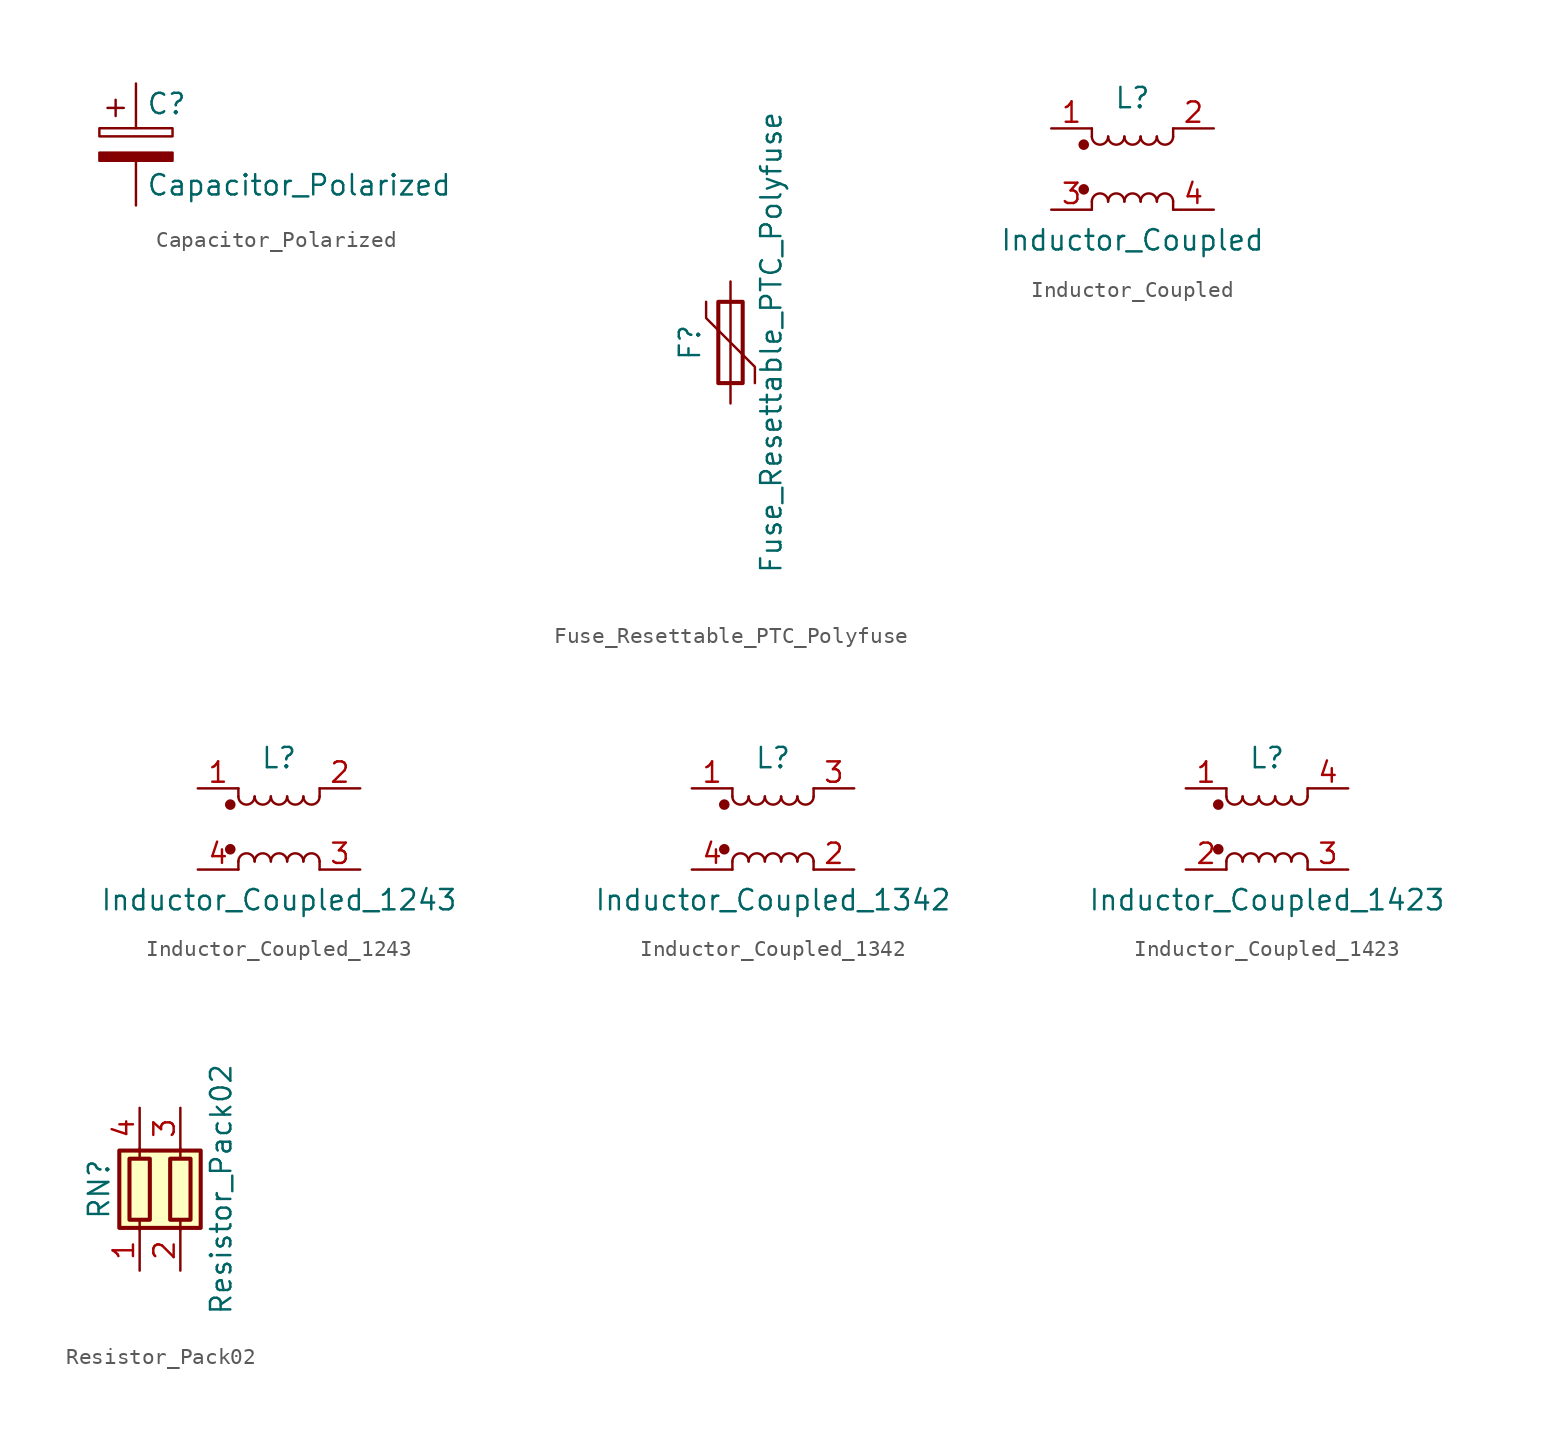
<source format=kicad_sym>
(kicad_symbol_lib
  (version 20211014)
  (generator kicad_symbol_editor)
  (symbol "Capacitor_Polarized"
    (pin_numbers hide)
    (pin_names
      (offset 0.254))
    (property "Reference" "C"
      (at 0.635 -1.27 0)
      (effects (font (size 1.27 1.27)) (justify left)))
    (property "Value" "Capacitor_Polarized"
      (at 0.635 -6.35 0)
      (effects (font (size 1.27 1.27)) (justify left)))
    (symbol "Capacitor_Polarized_0_1"
      (rectangle (start -2.286 -3.302) (end 2.286 -2.794) (stroke (width 0) (type default) (color 0 0 0 0)) (fill (type none)))
      (polyline (pts (xy -1.778 -1.524) (xy -0.762 -1.524)) (stroke (width 0) (type default) (color 0 0 0 0)) (fill (type none)))
      (polyline (pts (xy -1.27 -1.016) (xy -1.27 -2.032)) (stroke (width 0) (type default) (color 0 0 0 0)) (fill (type none)))
      (rectangle (start 2.286 -4.318) (end -2.286 -4.826) (stroke (width 0) (type default) (color 0 0 0 0)) (fill (type outline))))
    (symbol "Capacitor_Polarized_1_1"
      (pin passive line (at 0 0 270) (length 2.794) (name "~" (effects (font (size 1.27 1.27)))) (number "1" (effects (font (size 1.27 1.27)))))
      (pin passive line (at 0 -7.62 90) (length 2.794) (name "~" (effects (font (size 1.27 1.27)))) (number "2" (effects (font (size 1.27 1.27)))))))
  (symbol "Fuse_Resettable_PTC_Polyfuse"
    (pin_numbers hide)
    (pin_names
      (offset 0))
    (property "Reference" "F"
      (at -2.54 -3.81 90)
      (effects (font (size 1.27 1.27))))
    (property "Value" "Fuse_Resettable_PTC_Polyfuse"
      (at 2.54 -3.81 90)
      (effects (font (size 1.27 1.27))))
    (symbol "Fuse_Resettable_PTC_Polyfuse_0_1"
      (rectangle (start -0.762 -1.27) (end 0.762 -6.35) (stroke (width 0.254) (type default) (color 0 0 0 0)) (fill (type none)))
      (polyline (pts (xy 0 -1.27) (xy 0 -6.35)) (stroke (width 0) (type default) (color 0 0 0 0)) (fill (type none)))
      (polyline (pts (xy -1.524 -1.27) (xy -1.524 -2.286) (xy 1.524 -5.334) (xy 1.524 -6.35)) (stroke (width 0) (type default) (color 0 0 0 0)) (fill (type none))))
    (symbol "Fuse_Resettable_PTC_Polyfuse_1_1"
      (pin passive line (at 0 0 270) (length 1.27) (name "~" (effects (font (size 1.27 1.27)))) (number "1" (effects (font (size 1.27 1.27)))))
      (pin passive line (at 0 -7.62 90) (length 1.27) (name "~" (effects (font (size 1.27 1.27)))) (number "2" (effects (font (size 1.27 1.27)))))))
  (symbol "Inductor_Coupled"
    (pin_names
      (offset 0.254) hide)
    (property "Reference" "L"
      (at 0 4.445 0)
      (effects (font (size 1.27 1.27))))
    (property "Value" "Inductor_Coupled"
      (at 0 -4.445 0)
      (effects (font (size 1.27 1.27))))
    (symbol "Inductor_Coupled_0_1"
      (circle (center -3.048 -1.27) (radius 0.254) (stroke (width 0) (type default) (color 0 0 0 0)) (fill (type outline)))
      (circle (center -3.048 1.524) (radius 0.254) (stroke (width 0) (type default) (color 0 0 0 0)) (fill (type outline)))
      (arc (start -2.54 2.032) (mid -2.032 1.524) (end -1.524 2.032) (stroke (width 0) (type default) (color 0 0 0 0)) (fill (type none)))
      (arc (start -1.524 -2.032) (mid -2.032 -1.524) (end -2.54 -2.032) (stroke (width 0) (type default) (color 0 0 0 0)) (fill (type none)))
      (arc (start -1.524 2.032) (mid -1.016 1.524) (end -0.508 2.032) (stroke (width 0) (type default) (color 0 0 0 0)) (fill (type none)))
      (arc (start -0.508 -2.032) (mid -1.016 -1.524) (end -1.524 -2.032) (stroke (width 0) (type default) (color 0 0 0 0)) (fill (type none)))
      (arc (start -0.508 2.032) (mid 0 1.524) (end 0.508 2.032) (stroke (width 0) (type default) (color 0 0 0 0)) (fill (type none)))
      (polyline (pts (xy -2.54 -2.032) (xy -2.54 -2.54)) (stroke (width 0) (type default) (color 0 0 0 0)) (fill (type none)))
      (polyline (pts (xy -2.54 2.032) (xy -2.54 2.54)) (stroke (width 0) (type default) (color 0 0 0 0)) (fill (type none)))
      (polyline (pts (xy 2.54 -2.032) (xy 2.54 -2.54)) (stroke (width 0) (type default) (color 0 0 0 0)) (fill (type none)))
      (polyline (pts (xy 2.54 2.54) (xy 2.54 2.032)) (stroke (width 0) (type default) (color 0 0 0 0)) (fill (type none)))
      (arc (start 0.508 -2.032) (mid 0 -1.524) (end -0.508 -2.032) (stroke (width 0) (type default) (color 0 0 0 0)) (fill (type none)))
      (arc (start 0.508 2.032) (mid 1.016 1.524) (end 1.524 2.032) (stroke (width 0) (type default) (color 0 0 0 0)) (fill (type none)))
      (arc (start 1.524 -2.032) (mid 1.016 -1.524) (end 0.508 -2.032) (stroke (width 0) (type default) (color 0 0 0 0)) (fill (type none)))
      (arc (start 1.524 2.032) (mid 2.032 1.524) (end 2.54 2.032) (stroke (width 0) (type default) (color 0 0 0 0)) (fill (type none)))
      (arc (start 2.54 -2.032) (mid 2.032 -1.524) (end 1.524 -2.032) (stroke (width 0) (type default) (color 0 0 0 0)) (fill (type none))))
    (symbol "Inductor_Coupled_1_1"
      (pin passive line (at -5.08 2.54 0) (length 2.54) (name "1" (effects (font (size 1.27 1.27)))) (number "1" (effects (font (size 1.27 1.27)))))
      (pin passive line (at 5.08 2.54 180) (length 2.54) (name "2" (effects (font (size 1.27 1.27)))) (number "2" (effects (font (size 1.27 1.27)))))
      (pin passive line (at -5.08 -2.54 0) (length 2.54) (name "3" (effects (font (size 1.27 1.27)))) (number "3" (effects (font (size 1.27 1.27)))))
      (pin passive line (at 5.08 -2.54 180) (length 2.54) (name "4" (effects (font (size 1.27 1.27)))) (number "4" (effects (font (size 1.27 1.27)))))))
  (symbol "Inductor_Coupled_1243"
    (pin_names
      (offset 0.254) hide)
    (property "Reference" "L"
      (at 0 4.445 0)
      (effects (font (size 1.27 1.27))))
    (property "Value" "Inductor_Coupled_1243"
      (at 0 -4.445 0)
      (effects (font (size 1.27 1.27))))
    (symbol "Inductor_Coupled_1243_0_1"
      (circle (center -3.048 -1.27) (radius 0.254) (stroke (width 0) (type default) (color 0 0 0 0)) (fill (type outline)))
      (circle (center -3.048 1.524) (radius 0.254) (stroke (width 0) (type default) (color 0 0 0 0)) (fill (type outline)))
      (arc (start -2.54 2.032) (mid -2.032 1.524) (end -1.524 2.032) (stroke (width 0) (type default) (color 0 0 0 0)) (fill (type none)))
      (arc (start -1.524 -2.032) (mid -2.032 -1.524) (end -2.54 -2.032) (stroke (width 0) (type default) (color 0 0 0 0)) (fill (type none)))
      (arc (start -1.524 2.032) (mid -1.016 1.524) (end -0.508 2.032) (stroke (width 0) (type default) (color 0 0 0 0)) (fill (type none)))
      (arc (start -0.508 -2.032) (mid -1.016 -1.524) (end -1.524 -2.032) (stroke (width 0) (type default) (color 0 0 0 0)) (fill (type none)))
      (arc (start -0.508 2.032) (mid 0 1.524) (end 0.508 2.032) (stroke (width 0) (type default) (color 0 0 0 0)) (fill (type none)))
      (polyline (pts (xy -2.54 -2.032) (xy -2.54 -2.54)) (stroke (width 0) (type default) (color 0 0 0 0)) (fill (type none)))
      (polyline (pts (xy -2.54 2.032) (xy -2.54 2.54)) (stroke (width 0) (type default) (color 0 0 0 0)) (fill (type none)))
      (polyline (pts (xy 2.54 -2.032) (xy 2.54 -2.54)) (stroke (width 0) (type default) (color 0 0 0 0)) (fill (type none)))
      (polyline (pts (xy 2.54 2.54) (xy 2.54 2.032)) (stroke (width 0) (type default) (color 0 0 0 0)) (fill (type none)))
      (arc (start 0.508 -2.032) (mid 0 -1.524) (end -0.508 -2.032) (stroke (width 0) (type default) (color 0 0 0 0)) (fill (type none)))
      (arc (start 0.508 2.032) (mid 1.016 1.524) (end 1.524 2.032) (stroke (width 0) (type default) (color 0 0 0 0)) (fill (type none)))
      (arc (start 1.524 -2.032) (mid 1.016 -1.524) (end 0.508 -2.032) (stroke (width 0) (type default) (color 0 0 0 0)) (fill (type none)))
      (arc (start 1.524 2.032) (mid 2.032 1.524) (end 2.54 2.032) (stroke (width 0) (type default) (color 0 0 0 0)) (fill (type none)))
      (arc (start 2.54 -2.032) (mid 2.032 -1.524) (end 1.524 -2.032) (stroke (width 0) (type default) (color 0 0 0 0)) (fill (type none))))
    (symbol "Inductor_Coupled_1243_1_1"
      (pin passive line (at -5.08 2.54 0) (length 2.54) (name "1" (effects (font (size 1.27 1.27)))) (number "1" (effects (font (size 1.27 1.27)))))
      (pin passive line (at 5.08 2.54 180) (length 2.54) (name "2" (effects (font (size 1.27 1.27)))) (number "2" (effects (font (size 1.27 1.27)))))
      (pin passive line (at 5.08 -2.54 180) (length 2.54) (name "3" (effects (font (size 1.27 1.27)))) (number "3" (effects (font (size 1.27 1.27)))))
      (pin passive line (at -5.08 -2.54 0) (length 2.54) (name "4" (effects (font (size 1.27 1.27)))) (number "4" (effects (font (size 1.27 1.27)))))))
  (symbol "Inductor_Coupled_1342"
    (pin_names
      (offset 0.254) hide)
    (property "Reference" "L"
      (at 0 4.445 0)
      (effects (font (size 1.27 1.27))))
    (property "Value" "Inductor_Coupled_1342"
      (at 0 -4.445 0)
      (effects (font (size 1.27 1.27))))
    (symbol "Inductor_Coupled_1342_0_1"
      (circle (center -3.048 -1.27) (radius 0.254) (stroke (width 0) (type default) (color 0 0 0 0)) (fill (type outline)))
      (circle (center -3.048 1.524) (radius 0.254) (stroke (width 0) (type default) (color 0 0 0 0)) (fill (type outline)))
      (arc (start -2.54 2.032) (mid -2.032 1.524) (end -1.524 2.032) (stroke (width 0) (type default) (color 0 0 0 0)) (fill (type none)))
      (arc (start -1.524 -2.032) (mid -2.032 -1.524) (end -2.54 -2.032) (stroke (width 0) (type default) (color 0 0 0 0)) (fill (type none)))
      (arc (start -1.524 2.032) (mid -1.016 1.524) (end -0.508 2.032) (stroke (width 0) (type default) (color 0 0 0 0)) (fill (type none)))
      (arc (start -0.508 -2.032) (mid -1.016 -1.524) (end -1.524 -2.032) (stroke (width 0) (type default) (color 0 0 0 0)) (fill (type none)))
      (arc (start -0.508 2.032) (mid 0 1.524) (end 0.508 2.032) (stroke (width 0) (type default) (color 0 0 0 0)) (fill (type none)))
      (polyline (pts (xy -2.54 -2.032) (xy -2.54 -2.54)) (stroke (width 0) (type default) (color 0 0 0 0)) (fill (type none)))
      (polyline (pts (xy -2.54 2.032) (xy -2.54 2.54)) (stroke (width 0) (type default) (color 0 0 0 0)) (fill (type none)))
      (polyline (pts (xy 2.54 -2.032) (xy 2.54 -2.54)) (stroke (width 0) (type default) (color 0 0 0 0)) (fill (type none)))
      (polyline (pts (xy 2.54 2.54) (xy 2.54 2.032)) (stroke (width 0) (type default) (color 0 0 0 0)) (fill (type none)))
      (arc (start 0.508 -2.032) (mid 0 -1.524) (end -0.508 -2.032) (stroke (width 0) (type default) (color 0 0 0 0)) (fill (type none)))
      (arc (start 0.508 2.032) (mid 1.016 1.524) (end 1.524 2.032) (stroke (width 0) (type default) (color 0 0 0 0)) (fill (type none)))
      (arc (start 1.524 -2.032) (mid 1.016 -1.524) (end 0.508 -2.032) (stroke (width 0) (type default) (color 0 0 0 0)) (fill (type none)))
      (arc (start 1.524 2.032) (mid 2.032 1.524) (end 2.54 2.032) (stroke (width 0) (type default) (color 0 0 0 0)) (fill (type none)))
      (arc (start 2.54 -2.032) (mid 2.032 -1.524) (end 1.524 -2.032) (stroke (width 0) (type default) (color 0 0 0 0)) (fill (type none))))
    (symbol "Inductor_Coupled_1342_1_1"
      (pin passive line (at -5.08 2.54 0) (length 2.54) (name "1" (effects (font (size 1.27 1.27)))) (number "1" (effects (font (size 1.27 1.27)))))
      (pin passive line (at 5.08 -2.54 180) (length 2.54) (name "2" (effects (font (size 1.27 1.27)))) (number "2" (effects (font (size 1.27 1.27)))))
      (pin passive line (at 5.08 2.54 180) (length 2.54) (name "3" (effects (font (size 1.27 1.27)))) (number "3" (effects (font (size 1.27 1.27)))))
      (pin passive line (at -5.08 -2.54 0) (length 2.54) (name "4" (effects (font (size 1.27 1.27)))) (number "4" (effects (font (size 1.27 1.27)))))))
  (symbol "Inductor_Coupled_1423"
    (pin_names
      (offset 0.254) hide)
    (property "Reference" "L"
      (at 0 4.445 0)
      (effects (font (size 1.27 1.27))))
    (property "Value" "Inductor_Coupled_1423"
      (at 0 -4.445 0)
      (effects (font (size 1.27 1.27))))
    (symbol "Inductor_Coupled_1423_0_1"
      (circle (center -3.048 -1.27) (radius 0.254) (stroke (width 0) (type default) (color 0 0 0 0)) (fill (type outline)))
      (circle (center -3.048 1.524) (radius 0.254) (stroke (width 0) (type default) (color 0 0 0 0)) (fill (type outline)))
      (arc (start -2.54 2.032) (mid -2.032 1.524) (end -1.524 2.032) (stroke (width 0) (type default) (color 0 0 0 0)) (fill (type none)))
      (arc (start -1.524 -2.032) (mid -2.032 -1.524) (end -2.54 -2.032) (stroke (width 0) (type default) (color 0 0 0 0)) (fill (type none)))
      (arc (start -1.524 2.032) (mid -1.016 1.524) (end -0.508 2.032) (stroke (width 0) (type default) (color 0 0 0 0)) (fill (type none)))
      (arc (start -0.508 -2.032) (mid -1.016 -1.524) (end -1.524 -2.032) (stroke (width 0) (type default) (color 0 0 0 0)) (fill (type none)))
      (arc (start -0.508 2.032) (mid 0 1.524) (end 0.508 2.032) (stroke (width 0) (type default) (color 0 0 0 0)) (fill (type none)))
      (polyline (pts (xy -2.54 -2.032) (xy -2.54 -2.54)) (stroke (width 0) (type default) (color 0 0 0 0)) (fill (type none)))
      (polyline (pts (xy -2.54 2.032) (xy -2.54 2.54)) (stroke (width 0) (type default) (color 0 0 0 0)) (fill (type none)))
      (polyline (pts (xy 2.54 -2.032) (xy 2.54 -2.54)) (stroke (width 0) (type default) (color 0 0 0 0)) (fill (type none)))
      (polyline (pts (xy 2.54 2.54) (xy 2.54 2.032)) (stroke (width 0) (type default) (color 0 0 0 0)) (fill (type none)))
      (arc (start 0.508 -2.032) (mid 0 -1.524) (end -0.508 -2.032) (stroke (width 0) (type default) (color 0 0 0 0)) (fill (type none)))
      (arc (start 0.508 2.032) (mid 1.016 1.524) (end 1.524 2.032) (stroke (width 0) (type default) (color 0 0 0 0)) (fill (type none)))
      (arc (start 1.524 -2.032) (mid 1.016 -1.524) (end 0.508 -2.032) (stroke (width 0) (type default) (color 0 0 0 0)) (fill (type none)))
      (arc (start 1.524 2.032) (mid 2.032 1.524) (end 2.54 2.032) (stroke (width 0) (type default) (color 0 0 0 0)) (fill (type none)))
      (arc (start 2.54 -2.032) (mid 2.032 -1.524) (end 1.524 -2.032) (stroke (width 0) (type default) (color 0 0 0 0)) (fill (type none))))
    (symbol "Inductor_Coupled_1423_1_1"
      (pin passive line (at -5.08 2.54 0) (length 2.54) (name "1" (effects (font (size 1.27 1.27)))) (number "1" (effects (font (size 1.27 1.27)))))
      (pin passive line (at -5.08 -2.54 0) (length 2.54) (name "2" (effects (font (size 1.27 1.27)))) (number "2" (effects (font (size 1.27 1.27)))))
      (pin passive line (at 5.08 -2.54 180) (length 2.54) (name "3" (effects (font (size 1.27 1.27)))) (number "3" (effects (font (size 1.27 1.27)))))
      (pin passive line (at 5.08 2.54 180) (length 2.54) (name "4" (effects (font (size 1.27 1.27)))) (number "4" (effects (font (size 1.27 1.27)))))))
  (symbol "Resistor_Pack02"
    (pin_names
      (offset 0) hide)
    (property "Reference" "RN"
      (at -5.08 0 90)
      (effects (font (size 1.27 1.27))))
    (property "Value" "Resistor_Pack02"
      (at 2.54 0 90)
      (effects (font (size 1.27 1.27))))
    (symbol "Resistor_Pack02_0_1"
      (rectangle (start -3.81 -2.413) (end 1.27 2.413) (stroke (width 0.254) (type default) (color 0 0 0 0)) (fill (type background)))
      (rectangle (start -3.175 1.905) (end -1.905 -1.905) (stroke (width 0.254) (type default) (color 0 0 0 0)) (fill (type none)))
      (rectangle (start -0.635 1.905) (end 0.635 -1.905) (stroke (width 0.254) (type default) (color 0 0 0 0)) (fill (type none)))
      (polyline (pts (xy -2.54 -2.54) (xy -2.54 -1.905)) (stroke (width 0) (type default) (color 0 0 0 0)) (fill (type none)))
      (polyline (pts (xy -2.54 1.905) (xy -2.54 2.54)) (stroke (width 0) (type default) (color 0 0 0 0)) (fill (type none)))
      (polyline (pts (xy 0 -2.54) (xy 0 -1.905)) (stroke (width 0) (type default) (color 0 0 0 0)) (fill (type none)))
      (polyline (pts (xy 0 1.905) (xy 0 2.54)) (stroke (width 0) (type default) (color 0 0 0 0)) (fill (type none))))
    (symbol "Resistor_Pack02_1_1"
      (pin passive line (at -2.54 -5.08 90) (length 2.54) (name "R1.1" (effects (font (size 1.27 1.27)))) (number "1" (effects (font (size 1.27 1.27)))))
      (pin passive line (at 0 -5.08 90) (length 2.54) (name "R2.1" (effects (font (size 1.27 1.27)))) (number "2" (effects (font (size 1.27 1.27)))))
      (pin passive line (at 0 5.08 270) (length 2.54) (name "R2.2" (effects (font (size 1.27 1.27)))) (number "3" (effects (font (size 1.27 1.27)))))
      (pin passive line (at -2.54 5.08 270) (length 2.54) (name "R1.2" (effects (font (size 1.27 1.27)))) (number "4" (effects (font (size 1.27 1.27))))))))
</source>
